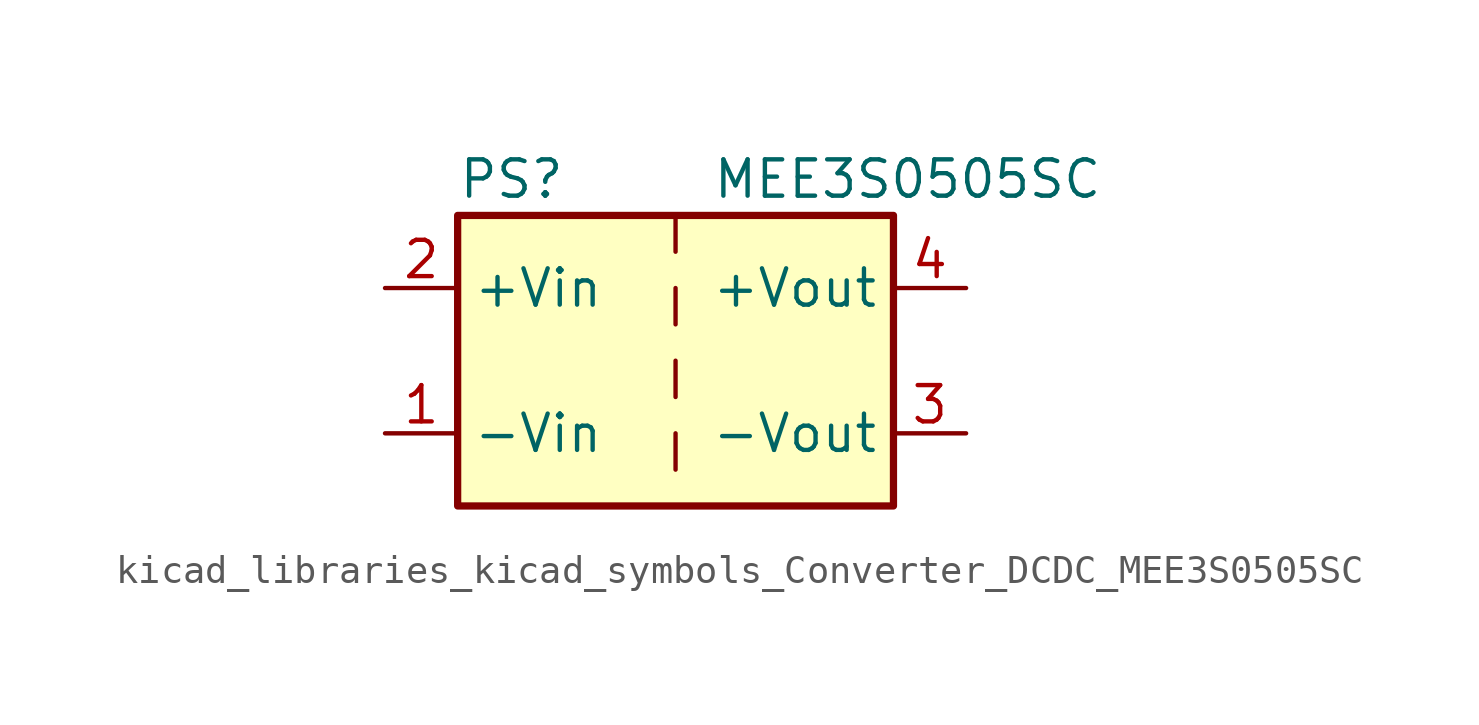
<source format=kicad_sym>
(kicad_symbol_lib
  (version 20220914)
  (generator kicad_symbol_editor)
  (symbol "kicad_libraries_kicad_symbols_Converter_DCDC_MEE3S0505SC"
    (property "Reference" "PS"
      (at -7.62 6.35 0)
      (effects (font (size 1.27 1.27)) (justify left)))
    (property "Value" "MEE3S0505SC"
      (at 1.27 6.35 0)
      (effects (font (size 1.27 1.27)) (justify left)))
    (symbol "kicad_libraries_kicad_symbols_Converter_DCDC_MEE3S0505SC_0_0"
      (pin power_in line (at -10.16 -2.54 0) (length 2.54) (name "-Vin" (effects (font (size 1.27 1.27)))) (number "1" (effects (font (size 1.27 1.27)))))
      (pin power_in line (at -10.16 2.54 0) (length 2.54) (name "+Vin" (effects (font (size 1.27 1.27)))) (number "2" (effects (font (size 1.27 1.27)))))
      (pin power_out line (at 10.16 -2.54 180) (length 2.54) (name "-Vout" (effects (font (size 1.27 1.27)))) (number "3" (effects (font (size 1.27 1.27)))))
      (pin power_out line (at 10.16 2.54 180) (length 2.54) (name "+Vout" (effects (font (size 1.27 1.27)))) (number "4" (effects (font (size 1.27 1.27))))))
    (symbol "kicad_libraries_kicad_symbols_Converter_DCDC_MEE3S0505SC_0_1"
      (rectangle (start -7.62 5.08) (end 7.62 -5.08) (stroke (width 0.254) (type default)) (fill (type background)))
      (polyline (pts (xy 0 -2.54) (xy 0 -3.81)) (stroke (width 0) (type default)) (fill (type none)))
      (polyline (pts (xy 0 0) (xy 0 -1.27)) (stroke (width 0) (type default)) (fill (type none)))
      (polyline (pts (xy 0 2.54) (xy 0 1.27)) (stroke (width 0) (type default)) (fill (type none)))
      (polyline (pts (xy 0 5.08) (xy 0 3.81)) (stroke (width 0) (type default)) (fill (type none))))))
</source>
